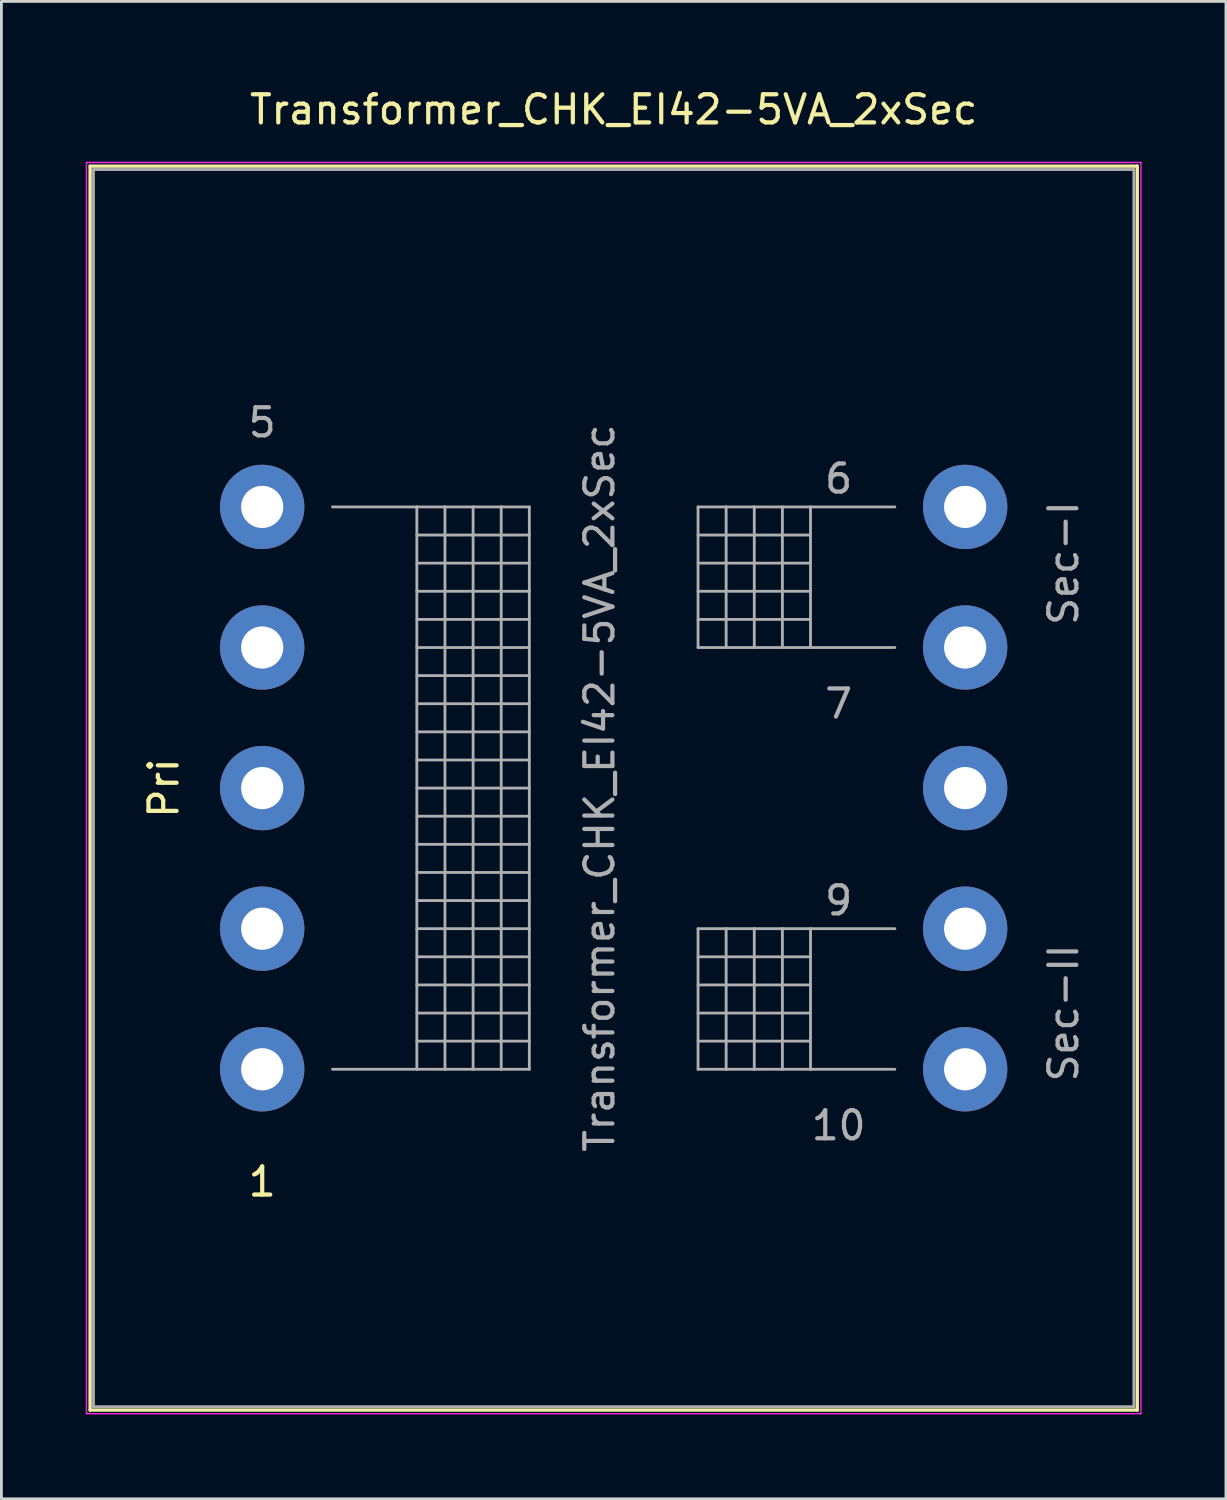
<source format=kicad_pcb>
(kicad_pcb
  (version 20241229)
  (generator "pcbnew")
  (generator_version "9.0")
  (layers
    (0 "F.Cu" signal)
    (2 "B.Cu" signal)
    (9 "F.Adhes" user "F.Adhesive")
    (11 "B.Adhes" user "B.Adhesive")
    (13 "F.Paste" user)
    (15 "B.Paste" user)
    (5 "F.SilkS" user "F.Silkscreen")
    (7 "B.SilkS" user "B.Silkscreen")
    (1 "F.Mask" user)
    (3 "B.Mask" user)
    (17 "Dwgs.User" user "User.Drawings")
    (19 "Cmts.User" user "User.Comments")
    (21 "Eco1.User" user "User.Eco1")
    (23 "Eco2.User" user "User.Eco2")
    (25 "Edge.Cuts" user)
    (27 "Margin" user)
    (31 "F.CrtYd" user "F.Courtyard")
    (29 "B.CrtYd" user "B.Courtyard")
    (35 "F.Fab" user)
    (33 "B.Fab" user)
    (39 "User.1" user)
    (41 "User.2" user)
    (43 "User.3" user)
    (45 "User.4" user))
  (footprint "Transformer_CHK_EI42-5VA_2xSec"
    (layer "F.Cu")
    (at 6.275 34.978)
    (property "Reference" "Transformer_CHK_EI42-5VA_2xSec" (at 12.5 -34.13 0) (layer "F.SilkS") (effects (font (size 1 1) (thickness 0.15))))
    (attr through_hole)
    (fp_line (start -6.12 -32.12) (end -6.12 12.12) (stroke (width 0.12) (type solid)) (layer "F.SilkS"))
    (fp_line (start -6.12 -32.12) (end 31.12 -32.12) (stroke (width 0.12) (type solid)) (layer "F.SilkS"))
    (fp_line (start 31.12 12.12) (end -6.12 12.12) (stroke (width 0.12) (type solid)) (layer "F.SilkS"))
    (fp_line (start 31.12 12.12) (end 31.12 -32.12) (stroke (width 0.12) (type solid)) (layer "F.SilkS"))
    (fp_line (start -6.25 -32.25) (end -6.25 12.25) (stroke (width 0.05) (type solid)) (layer "F.CrtYd"))
    (fp_line (start -6.25 -32.25) (end 31.25 -32.25) (stroke (width 0.05) (type solid)) (layer "F.CrtYd"))
    (fp_line (start 31.25 12.25) (end -6.25 12.25) (stroke (width 0.05) (type solid)) (layer "F.CrtYd"))
    (fp_line (start 31.25 12.25) (end 31.25 -32.25) (stroke (width 0.05) (type solid)) (layer "F.CrtYd"))
    (fp_line (start -6 -32) (end -6 12) (stroke (width 0.1) (type solid)) (layer "F.Fab"))
    (fp_line (start -6 12) (end 31 12) (stroke (width 0.1) (type solid)) (layer "F.Fab"))
    (fp_line (start 2.5 -20) (end 5.5 -20) (stroke (width 0.1) (type solid)) (layer "F.Fab"))
    (fp_line (start 5.5 -20) (end 5.5 0) (stroke (width 0.1) (type solid)) (layer "F.Fab"))
    (fp_line (start 5.5 -20) (end 6.5 -20) (stroke (width 0.1) (type solid)) (layer "F.Fab"))
    (fp_line (start 5.5 -19) (end 9.5 -19) (stroke (width 0.1) (type solid)) (layer "F.Fab"))
    (fp_line (start 5.5 -18) (end 9.5 -18) (stroke (width 0.1) (type solid)) (layer "F.Fab"))
    (fp_line (start 5.5 -17) (end 9.5 -17) (stroke (width 0.1) (type solid)) (layer "F.Fab"))
    (fp_line (start 5.5 -16) (end 9.5 -16) (stroke (width 0.1) (type solid)) (layer "F.Fab"))
    (fp_line (start 5.5 -15) (end 9.5 -15) (stroke (width 0.1) (type solid)) (layer "F.Fab"))
    (fp_line (start 5.5 -14) (end 9.5 -14) (stroke (width 0.1) (type solid)) (layer "F.Fab"))
    (fp_line (start 5.5 -13) (end 9.5 -13) (stroke (width 0.1) (type solid)) (layer "F.Fab"))
    (fp_line (start 5.5 -12) (end 9.5 -12) (stroke (width 0.1) (type solid)) (layer "F.Fab"))
    (fp_line (start 5.5 -11) (end 9.5 -11) (stroke (width 0.1) (type solid)) (layer "F.Fab"))
    (fp_line (start 5.5 -10) (end 9.5 -10) (stroke (width 0.1) (type solid)) (layer "F.Fab"))
    (fp_line (start 5.5 -9) (end 9.5 -9) (stroke (width 0.1) (type solid)) (layer "F.Fab"))
    (fp_line (start 5.5 -8) (end 9.5 -8) (stroke (width 0.1) (type solid)) (layer "F.Fab"))
    (fp_line (start 5.5 -7) (end 9.5 -7) (stroke (width 0.1) (type solid)) (layer "F.Fab"))
    (fp_line (start 5.5 -6) (end 9.5 -6) (stroke (width 0.1) (type solid)) (layer "F.Fab"))
    (fp_line (start 5.5 -5) (end 9.5 -5) (stroke (width 0.1) (type solid)) (layer "F.Fab"))
    (fp_line (start 5.5 -4) (end 9.5 -4) (stroke (width 0.1) (type solid)) (layer "F.Fab"))
    (fp_line (start 5.5 -3) (end 9.5 -3) (stroke (width 0.1) (type solid)) (layer "F.Fab"))
    (fp_line (start 5.5 -2) (end 9.5 -2) (stroke (width 0.1) (type solid)) (layer "F.Fab"))
    (fp_line (start 5.5 -1) (end 9.5 -1) (stroke (width 0.1) (type solid)) (layer "F.Fab"))
    (fp_line (start 5.5 0) (end 2.5 0) (stroke (width 0.1) (type solid)) (layer "F.Fab"))
    (fp_line (start 6.5 -20) (end 6.5 0) (stroke (width 0.1) (type solid)) (layer "F.Fab"))
    (fp_line (start 6.5 -20) (end 7.5 -20) (stroke (width 0.1) (type solid)) (layer "F.Fab"))
    (fp_line (start 6.5 0) (end 5.5 0) (stroke (width 0.1) (type solid)) (layer "F.Fab"))
    (fp_line (start 7.5 -20) (end 7.5 0) (stroke (width 0.1) (type solid)) (layer "F.Fab"))
    (fp_line (start 7.5 -20) (end 8.5 -20) (stroke (width 0.1) (type solid)) (layer "F.Fab"))
    (fp_line (start 7.5 0) (end 6.5 0) (stroke (width 0.1) (type solid)) (layer "F.Fab"))
    (fp_line (start 8.5 -20) (end 8.5 0) (stroke (width 0.1) (type solid)) (layer "F.Fab"))
    (fp_line (start 8.5 -20) (end 9.5 -20) (stroke (width 0.1) (type solid)) (layer "F.Fab"))
    (fp_line (start 8.5 0) (end 7.5 0) (stroke (width 0.1) (type solid)) (layer "F.Fab"))
    (fp_line (start 9.5 -20) (end 9.5 0) (stroke (width 0.1) (type solid)) (layer "F.Fab"))
    (fp_line (start 9.5 0) (end 8.5 0) (stroke (width 0.1) (type solid)) (layer "F.Fab"))
    (fp_line (start 15.5 -20) (end 15.5 -15) (stroke (width 0.1) (type solid)) (layer "F.Fab"))
    (fp_line (start 15.5 -19) (end 19.5 -19) (stroke (width 0.1) (type solid)) (layer "F.Fab"))
    (fp_line (start 15.5 -17) (end 19.5 -17) (stroke (width 0.1) (type solid)) (layer "F.Fab"))
    (fp_line (start 15.5 -15) (end 16.5 -15) (stroke (width 0.1) (type solid)) (layer "F.Fab"))
    (fp_line (start 15.5 -5) (end 15.5 0) (stroke (width 0.1) (type solid)) (layer "F.Fab"))
    (fp_line (start 15.5 -4) (end 19.5 -4) (stroke (width 0.1) (type solid)) (layer "F.Fab"))
    (fp_line (start 15.5 -3) (end 19.5 -3) (stroke (width 0.1) (type solid)) (layer "F.Fab"))
    (fp_line (start 15.5 -2) (end 19.5 -2) (stroke (width 0.1) (type solid)) (layer "F.Fab"))
    (fp_line (start 15.5 -1) (end 19.5 -1) (stroke (width 0.1) (type solid)) (layer "F.Fab"))
    (fp_line (start 15.5 0) (end 16.5 0) (stroke (width 0.1) (type solid)) (layer "F.Fab"))
    (fp_line (start 16.5 -20) (end 15.5 -20) (stroke (width 0.1) (type solid)) (layer "F.Fab"))
    (fp_line (start 16.5 -20) (end 16.5 -15) (stroke (width 0.1) (type solid)) (layer "F.Fab"))
    (fp_line (start 16.5 -15) (end 17.5 -15) (stroke (width 0.1) (type solid)) (layer "F.Fab"))
    (fp_line (start 16.5 -5) (end 15.5 -5) (stroke (width 0.1) (type solid)) (layer "F.Fab"))
    (fp_line (start 16.5 -5) (end 16.5 0) (stroke (width 0.1) (type solid)) (layer "F.Fab"))
    (fp_line (start 16.5 0) (end 17.5 0) (stroke (width 0.1) (type solid)) (layer "F.Fab"))
    (fp_line (start 17.5 -20) (end 16.5 -20) (stroke (width 0.1) (type solid)) (layer "F.Fab"))
    (fp_line (start 17.5 -20) (end 17.5 -15) (stroke (width 0.1) (type solid)) (layer "F.Fab"))
    (fp_line (start 17.5 -15) (end 18.5 -15) (stroke (width 0.1) (type solid)) (layer "F.Fab"))
    (fp_line (start 17.5 -5) (end 16.5 -5) (stroke (width 0.1) (type solid)) (layer "F.Fab"))
    (fp_line (start 17.5 -5) (end 17.5 0) (stroke (width 0.1) (type solid)) (layer "F.Fab"))
    (fp_line (start 17.5 0) (end 18.5 0) (stroke (width 0.1) (type solid)) (layer "F.Fab"))
    (fp_line (start 18.5 -20) (end 17.5 -20) (stroke (width 0.1) (type solid)) (layer "F.Fab"))
    (fp_line (start 18.5 -20) (end 18.5 -15) (stroke (width 0.1) (type solid)) (layer "F.Fab"))
    (fp_line (start 18.5 -15) (end 19.5 -15) (stroke (width 0.1) (type solid)) (layer "F.Fab"))
    (fp_line (start 18.5 -5) (end 17.5 -5) (stroke (width 0.1) (type solid)) (layer "F.Fab"))
    (fp_line (start 18.5 -5) (end 18.5 0) (stroke (width 0.1) (type solid)) (layer "F.Fab"))
    (fp_line (start 18.5 0) (end 19.5 0) (stroke (width 0.1) (type solid)) (layer "F.Fab"))
    (fp_line (start 19.5 -20) (end 18.5 -20) (stroke (width 0.1) (type solid)) (layer "F.Fab"))
    (fp_line (start 19.5 -20) (end 19.5 -15) (stroke (width 0.1) (type solid)) (layer "F.Fab"))
    (fp_line (start 19.5 -18) (end 15.5 -18) (stroke (width 0.1) (type solid)) (layer "F.Fab"))
    (fp_line (start 19.5 -16) (end 15.5 -16) (stroke (width 0.1) (type solid)) (layer "F.Fab"))
    (fp_line (start 19.5 -15) (end 22.5 -15) (stroke (width 0.1) (type solid)) (layer "F.Fab"))
    (fp_line (start 19.5 -5) (end 18.5 -5) (stroke (width 0.1) (type solid)) (layer "F.Fab"))
    (fp_line (start 19.5 -5) (end 19.5 0) (stroke (width 0.1) (type solid)) (layer "F.Fab"))
    (fp_line (start 19.5 0) (end 22.5 0) (stroke (width 0.1) (type solid)) (layer "F.Fab"))
    (fp_line (start 22.5 -20) (end 19.5 -20) (stroke (width 0.1) (type solid)) (layer "F.Fab"))
    (fp_line (start 22.5 -5) (end 19.5 -5) (stroke (width 0.1) (type solid)) (layer "F.Fab"))
    (fp_line (start 31 -32) (end -6 -32) (stroke (width 0.1) (type solid)) (layer "F.Fab"))
    (fp_line (start 31 12) (end 31 -32) (stroke (width 0.1) (type solid)) (layer "F.Fab"))
    (fp_text user "1" (at 0 4 0) (layer "F.SilkS") (effects (font (size 1 1) (thickness 0.15))))
    (fp_text user "Pri" (at -3.5 -10 90) (layer "F.SilkS") (effects (font (size 1 1) (thickness 0.15))))
    (fp_text user "Sec-I" (at 28.5 -18 90) (layer "F.Fab") (effects (font (size 1 1) (thickness 0.15))))
    (fp_text user "${REFERENCE}" (at 12 -10 90) (layer "F.Fab") (effects (font (size 1 1) (thickness 0.15))))
    (fp_text user "Sec-II" (at 28.5 -2 90) (layer "F.Fab") (effects (font (size 1 1) (thickness 0.15))))
    (fp_text user "10" (at 20.5 2 0) (layer "F.Fab") (effects (font (size 1 1) (thickness 0.15))))
    (fp_text user "6" (at 20.5 -21 0) (layer "F.Fab") (effects (font (size 1 1) (thickness 0.15))))
    (fp_text user "5" (at 0 -23 0) (layer "F.Fab") (effects (font (size 1 1) (thickness 0.15))))
    (fp_text user "9" (at 20.5 -6 0) (layer "F.Fab") (effects (font (size 1 1) (thickness 0.15))))
    (fp_text user "7" (at 20.5 -13 0) (layer "F.Fab") (effects (font (size 1 1) (thickness 0.15))))
    (pad "1" thru_hole circle (at 0 0) (size 3 3) (drill 1.5) (layers "*.Cu" "*.Mask"))
    (pad "2" thru_hole circle (at 0 -5) (size 3 3) (drill 1.5) (layers "*.Cu" "*.Mask"))
    (pad "3" thru_hole circle (at 0 -10) (size 3 3) (drill 1.5) (layers "*.Cu" "*.Mask"))
    (pad "4" thru_hole circle (at 0 -15) (size 3 3) (drill 1.5) (layers "*.Cu" "*.Mask"))
    (pad "5" thru_hole circle (at 0 -20) (size 3 3) (drill 1.5) (layers "*.Cu" "*.Mask"))
    (pad "6" thru_hole circle (at 25 -20) (size 3 3) (drill 1.5) (layers "*.Cu" "*.Mask"))
    (pad "7" thru_hole circle (at 25 -15) (size 3 3) (drill 1.5) (layers "*.Cu" "*.Mask"))
    (pad "8" thru_hole circle (at 25 -10) (size 3 3) (drill 1.5) (layers "*.Cu" "*.Mask"))
    (pad "9" thru_hole circle (at 25 -5) (size 3 3) (drill 1.5) (layers "*.Cu" "*.Mask"))
    (pad "10" thru_hole circle (at 25 0) (size 3 3) (drill 1.5) (layers "*.Cu" "*.Mask")))
  (gr_rect
    (start -3 -3)
    (end 40.55 50.253)
    (stroke (width 0.1) (type default))
    (fill no)
    (layer "Edge.Cuts")))
</source>
